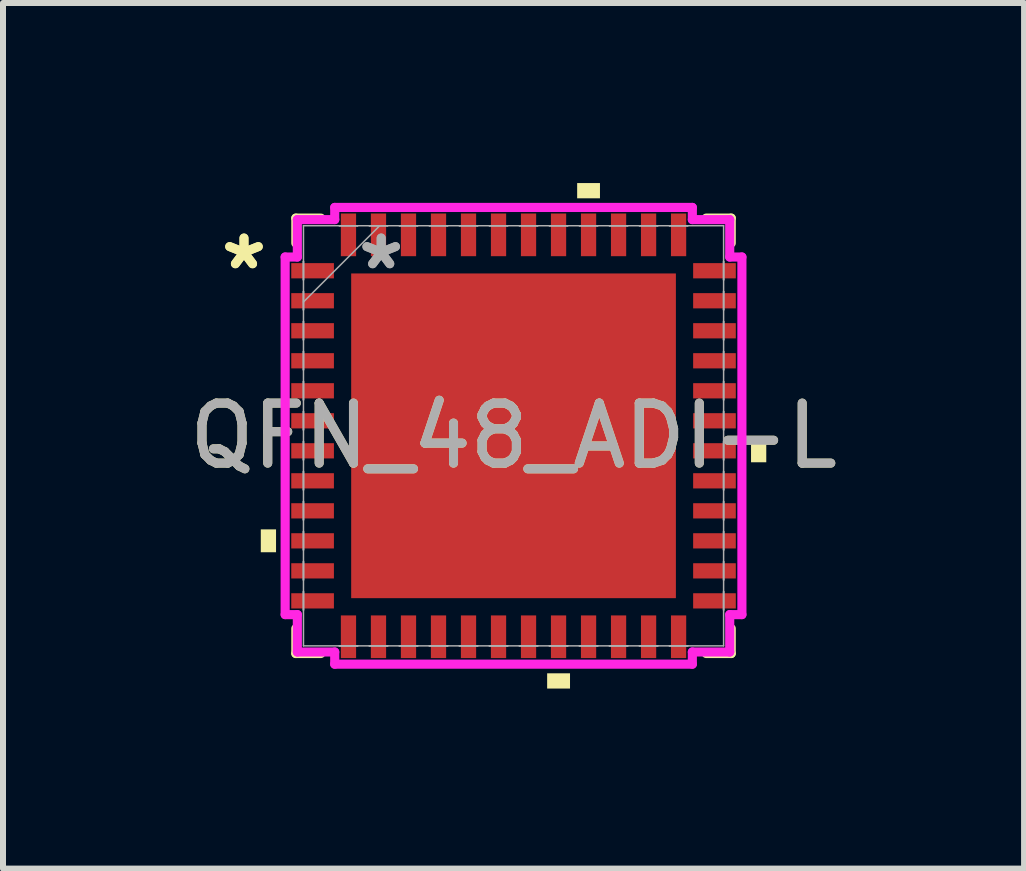
<source format=kicad_pcb>
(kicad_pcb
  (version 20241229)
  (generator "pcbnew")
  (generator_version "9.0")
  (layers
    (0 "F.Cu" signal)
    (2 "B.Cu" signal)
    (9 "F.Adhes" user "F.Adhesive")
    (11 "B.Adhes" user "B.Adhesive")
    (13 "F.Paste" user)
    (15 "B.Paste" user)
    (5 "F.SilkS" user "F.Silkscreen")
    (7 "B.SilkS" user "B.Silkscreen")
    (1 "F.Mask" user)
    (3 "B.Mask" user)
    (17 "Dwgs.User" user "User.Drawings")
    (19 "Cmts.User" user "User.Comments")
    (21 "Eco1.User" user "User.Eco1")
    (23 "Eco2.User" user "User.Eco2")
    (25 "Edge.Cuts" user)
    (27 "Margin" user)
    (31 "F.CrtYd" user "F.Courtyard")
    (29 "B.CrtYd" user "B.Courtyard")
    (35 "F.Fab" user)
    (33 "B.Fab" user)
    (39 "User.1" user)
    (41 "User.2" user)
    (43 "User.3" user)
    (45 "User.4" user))
  (footprint "QFN_48_ADI-L"
    (layer "F.Cu")
    (at 5.506 4.211)
    (property "Reference" "QFN_48_ADI-L" (at 0 0 0) (unlocked yes) (layer "F.SilkS") (effects (font (size 1 1) (thickness 0.15))))
    (attr smd)
    (fp_poly (pts (xy -2.705 -2.705) (xy 2.705 -2.705) (xy 2.705 2.705) (xy -2.705 2.705)) (stroke (width 0) (type solid)) (fill yes) (layer "F.Cu"))
    (fp_poly (pts (xy -2.705 -2.705) (xy 2.705 -2.705) (xy 2.705 2.705) (xy -2.705 2.705)) (stroke (width 0) (type solid)) (fill yes) (layer "F.Mask"))
    (fp_line (start -3.627 -3.627) (end -3.627 -3.21) (stroke (width 0.152) (type solid)) (layer "F.SilkS"))
    (fp_line (start -3.627 3.21) (end -3.627 3.627) (stroke (width 0.152) (type solid)) (layer "F.SilkS"))
    (fp_line (start -3.627 3.627) (end -3.21 3.627) (stroke (width 0.152) (type solid)) (layer "F.SilkS"))
    (fp_line (start -3.21 -3.627) (end -3.627 -3.627) (stroke (width 0.152) (type solid)) (layer "F.SilkS"))
    (fp_line (start 3.21 3.627) (end 3.627 3.627) (stroke (width 0.152) (type solid)) (layer "F.SilkS"))
    (fp_line (start 3.627 -3.627) (end 3.21 -3.627) (stroke (width 0.152) (type solid)) (layer "F.SilkS"))
    (fp_line (start 3.627 -3.21) (end 3.627 -3.627) (stroke (width 0.152) (type solid)) (layer "F.SilkS"))
    (fp_line (start 3.627 3.627) (end 3.627 3.21) (stroke (width 0.152) (type solid)) (layer "F.SilkS"))
    (fp_poly (pts (xy -4.211 1.559) (xy -4.211 1.94) (xy -3.957 1.94) (xy -3.957 1.559)) (stroke (width 0) (type solid)) (fill yes) (layer "F.SilkS"))
    (fp_poly (pts (xy 0.56 3.957) (xy 0.56 4.211) (xy 0.941 4.211) (xy 0.941 3.957)) (stroke (width 0) (type solid)) (fill yes) (layer "F.SilkS"))
    (fp_poly (pts (xy 1.06 -3.957) (xy 1.06 -4.211) (xy 1.44 -4.211) (xy 1.44 -3.957)) (stroke (width 0) (type solid)) (fill yes) (layer "F.SilkS"))
    (fp_poly (pts (xy 4.211 0.059) (xy 4.211 0.441) (xy 3.957 0.441) (xy 3.957 0.059)) (stroke (width 0) (type solid)) (fill yes) (layer "F.SilkS"))
    (fp_poly (pts (xy -2.705 -2.705) (xy 2.705 -2.705) (xy 2.705 2.705) (xy -2.705 2.705)) (stroke (width 0) (type solid)) (fill yes) (layer "F.Paste"))
    (fp_line (start -3.805 -2.979) (end -3.602 -2.979) (stroke (width 0.152) (type solid)) (layer "F.CrtYd"))
    (fp_line (start -3.805 2.979) (end -3.805 -2.979) (stroke (width 0.152) (type solid)) (layer "F.CrtYd"))
    (fp_line (start -3.602 -3.602) (end -2.979 -3.602) (stroke (width 0.152) (type solid)) (layer "F.CrtYd"))
    (fp_line (start -3.602 -2.979) (end -3.602 -3.602) (stroke (width 0.152) (type solid)) (layer "F.CrtYd"))
    (fp_line (start -3.602 2.979) (end -3.805 2.979) (stroke (width 0.152) (type solid)) (layer "F.CrtYd"))
    (fp_line (start -3.602 3.602) (end -3.602 2.979) (stroke (width 0.152) (type solid)) (layer "F.CrtYd"))
    (fp_line (start -2.979 -3.805) (end 2.979 -3.805) (stroke (width 0.152) (type solid)) (layer "F.CrtYd"))
    (fp_line (start -2.979 -3.602) (end -2.979 -3.805) (stroke (width 0.152) (type solid)) (layer "F.CrtYd"))
    (fp_line (start -2.979 3.602) (end -3.602 3.602) (stroke (width 0.152) (type solid)) (layer "F.CrtYd"))
    (fp_line (start -2.979 3.805) (end -2.979 3.602) (stroke (width 0.152) (type solid)) (layer "F.CrtYd"))
    (fp_line (start 2.979 -3.805) (end 2.979 -3.602) (stroke (width 0.152) (type solid)) (layer "F.CrtYd"))
    (fp_line (start 2.979 -3.602) (end 3.602 -3.602) (stroke (width 0.152) (type solid)) (layer "F.CrtYd"))
    (fp_line (start 2.979 3.602) (end 2.979 3.805) (stroke (width 0.152) (type solid)) (layer "F.CrtYd"))
    (fp_line (start 2.979 3.805) (end -2.979 3.805) (stroke (width 0.152) (type solid)) (layer "F.CrtYd"))
    (fp_line (start 3.602 -3.602) (end 3.602 -2.979) (stroke (width 0.152) (type solid)) (layer "F.CrtYd"))
    (fp_line (start 3.602 -2.979) (end 3.805 -2.979) (stroke (width 0.152) (type solid)) (layer "F.CrtYd"))
    (fp_line (start 3.602 2.979) (end 3.602 3.602) (stroke (width 0.152) (type solid)) (layer "F.CrtYd"))
    (fp_line (start 3.602 3.602) (end 2.979 3.602) (stroke (width 0.152) (type solid)) (layer "F.CrtYd"))
    (fp_line (start 3.805 -2.979) (end 3.805 2.979) (stroke (width 0.152) (type solid)) (layer "F.CrtYd"))
    (fp_line (start 3.805 2.979) (end 3.602 2.979) (stroke (width 0.152) (type solid)) (layer "F.CrtYd"))
    (fp_line (start -3.5 -3.5) (end -3.5 3.5) (stroke (width 0.025) (type solid)) (layer "F.Fab"))
    (fp_line (start -3.5 -2.902) (end -3.5 -2.902) (stroke (width 0.025) (type solid)) (layer "F.Fab"))
    (fp_line (start -3.5 -2.902) (end -3.5 -2.598) (stroke (width 0.025) (type solid)) (layer "F.Fab"))
    (fp_line (start -3.5 -2.598) (end -3.5 -2.902) (stroke (width 0.025) (type solid)) (layer "F.Fab"))
    (fp_line (start -3.5 -2.598) (end -3.5 -2.598) (stroke (width 0.025) (type solid)) (layer "F.Fab"))
    (fp_line (start -3.5 -2.402) (end -3.5 -2.402) (stroke (width 0.025) (type solid)) (layer "F.Fab"))
    (fp_line (start -3.5 -2.402) (end -3.5 -2.098) (stroke (width 0.025) (type solid)) (layer "F.Fab"))
    (fp_line (start -3.5 -2.23) (end -2.23 -3.5) (stroke (width 0.025) (type solid)) (layer "F.Fab"))
    (fp_line (start -3.5 -2.098) (end -3.5 -2.402) (stroke (width 0.025) (type solid)) (layer "F.Fab"))
    (fp_line (start -3.5 -2.098) (end -3.5 -2.098) (stroke (width 0.025) (type solid)) (layer "F.Fab"))
    (fp_line (start -3.5 -1.902) (end -3.5 -1.902) (stroke (width 0.025) (type solid)) (layer "F.Fab"))
    (fp_line (start -3.5 -1.902) (end -3.5 -1.598) (stroke (width 0.025) (type solid)) (layer "F.Fab"))
    (fp_line (start -3.5 -1.598) (end -3.5 -1.902) (stroke (width 0.025) (type solid)) (layer "F.Fab"))
    (fp_line (start -3.5 -1.598) (end -3.5 -1.598) (stroke (width 0.025) (type solid)) (layer "F.Fab"))
    (fp_line (start -3.5 -1.402) (end -3.5 -1.402) (stroke (width 0.025) (type solid)) (layer "F.Fab"))
    (fp_line (start -3.5 -1.402) (end -3.5 -1.098) (stroke (width 0.025) (type solid)) (layer "F.Fab"))
    (fp_line (start -3.5 -1.098) (end -3.5 -1.402) (stroke (width 0.025) (type solid)) (layer "F.Fab"))
    (fp_line (start -3.5 -1.098) (end -3.5 -1.098) (stroke (width 0.025) (type solid)) (layer "F.Fab"))
    (fp_line (start -3.5 -0.902) (end -3.5 -0.902) (stroke (width 0.025) (type solid)) (layer "F.Fab"))
    (fp_line (start -3.5 -0.902) (end -3.5 -0.598) (stroke (width 0.025) (type solid)) (layer "F.Fab"))
    (fp_line (start -3.5 -0.598) (end -3.5 -0.902) (stroke (width 0.025) (type solid)) (layer "F.Fab"))
    (fp_line (start -3.5 -0.598) (end -3.5 -0.598) (stroke (width 0.025) (type solid)) (layer "F.Fab"))
    (fp_line (start -3.5 -0.402) (end -3.5 -0.402) (stroke (width 0.025) (type solid)) (layer "F.Fab"))
    (fp_line (start -3.5 -0.402) (end -3.5 -0.098) (stroke (width 0.025) (type solid)) (layer "F.Fab"))
    (fp_line (start -3.5 -0.098) (end -3.5 -0.402) (stroke (width 0.025) (type solid)) (layer "F.Fab"))
    (fp_line (start -3.5 -0.098) (end -3.5 -0.098) (stroke (width 0.025) (type solid)) (layer "F.Fab"))
    (fp_line (start -3.5 0.098) (end -3.5 0.098) (stroke (width 0.025) (type solid)) (layer "F.Fab"))
    (fp_line (start -3.5 0.098) (end -3.5 0.402) (stroke (width 0.025) (type solid)) (layer "F.Fab"))
    (fp_line (start -3.5 0.402) (end -3.5 0.098) (stroke (width 0.025) (type solid)) (layer "F.Fab"))
    (fp_line (start -3.5 0.402) (end -3.5 0.402) (stroke (width 0.025) (type solid)) (layer "F.Fab"))
    (fp_line (start -3.5 0.598) (end -3.5 0.598) (stroke (width 0.025) (type solid)) (layer "F.Fab"))
    (fp_line (start -3.5 0.598) (end -3.5 0.902) (stroke (width 0.025) (type solid)) (layer "F.Fab"))
    (fp_line (start -3.5 0.902) (end -3.5 0.598) (stroke (width 0.025) (type solid)) (layer "F.Fab"))
    (fp_line (start -3.5 0.902) (end -3.5 0.902) (stroke (width 0.025) (type solid)) (layer "F.Fab"))
    (fp_line (start -3.5 1.098) (end -3.5 1.098) (stroke (width 0.025) (type solid)) (layer "F.Fab"))
    (fp_line (start -3.5 1.098) (end -3.5 1.402) (stroke (width 0.025) (type solid)) (layer "F.Fab"))
    (fp_line (start -3.5 1.402) (end -3.5 1.098) (stroke (width 0.025) (type solid)) (layer "F.Fab"))
    (fp_line (start -3.5 1.402) (end -3.5 1.402) (stroke (width 0.025) (type solid)) (layer "F.Fab"))
    (fp_line (start -3.5 1.598) (end -3.5 1.598) (stroke (width 0.025) (type solid)) (layer "F.Fab"))
    (fp_line (start -3.5 1.598) (end -3.5 1.902) (stroke (width 0.025) (type solid)) (layer "F.Fab"))
    (fp_line (start -3.5 1.902) (end -3.5 1.598) (stroke (width 0.025) (type solid)) (layer "F.Fab"))
    (fp_line (start -3.5 1.902) (end -3.5 1.902) (stroke (width 0.025) (type solid)) (layer "F.Fab"))
    (fp_line (start -3.5 2.098) (end -3.5 2.098) (stroke (width 0.025) (type solid)) (layer "F.Fab"))
    (fp_line (start -3.5 2.098) (end -3.5 2.402) (stroke (width 0.025) (type solid)) (layer "F.Fab"))
    (fp_line (start -3.5 2.402) (end -3.5 2.098) (stroke (width 0.025) (type solid)) (layer "F.Fab"))
    (fp_line (start -3.5 2.402) (end -3.5 2.402) (stroke (width 0.025) (type solid)) (layer "F.Fab"))
    (fp_line (start -3.5 2.598) (end -3.5 2.598) (stroke (width 0.025) (type solid)) (layer "F.Fab"))
    (fp_line (start -3.5 2.598) (end -3.5 2.902) (stroke (width 0.025) (type solid)) (layer "F.Fab"))
    (fp_line (start -3.5 2.902) (end -3.5 2.598) (stroke (width 0.025) (type solid)) (layer "F.Fab"))
    (fp_line (start -3.5 2.902) (end -3.5 2.902) (stroke (width 0.025) (type solid)) (layer "F.Fab"))
    (fp_line (start -3.5 3.5) (end 3.5 3.5) (stroke (width 0.025) (type solid)) (layer "F.Fab"))
    (fp_line (start -2.902 -3.5) (end -2.902 -3.5) (stroke (width 0.025) (type solid)) (layer "F.Fab"))
    (fp_line (start -2.902 -3.5) (end -2.598 -3.5) (stroke (width 0.025) (type solid)) (layer "F.Fab"))
    (fp_line (start -2.902 3.5) (end -2.902 3.5) (stroke (width 0.025) (type solid)) (layer "F.Fab"))
    (fp_line (start -2.902 3.5) (end -2.598 3.5) (stroke (width 0.025) (type solid)) (layer "F.Fab"))
    (fp_line (start -2.598 -3.5) (end -2.902 -3.5) (stroke (width 0.025) (type solid)) (layer "F.Fab"))
    (fp_line (start -2.598 -3.5) (end -2.598 -3.5) (stroke (width 0.025) (type solid)) (layer "F.Fab"))
    (fp_line (start -2.598 3.5) (end -2.902 3.5) (stroke (width 0.025) (type solid)) (layer "F.Fab"))
    (fp_line (start -2.598 3.5) (end -2.598 3.5) (stroke (width 0.025) (type solid)) (layer "F.Fab"))
    (fp_line (start -2.402 -3.5) (end -2.402 -3.5) (stroke (width 0.025) (type solid)) (layer "F.Fab"))
    (fp_line (start -2.402 -3.5) (end -2.098 -3.5) (stroke (width 0.025) (type solid)) (layer "F.Fab"))
    (fp_line (start -2.402 3.5) (end -2.402 3.5) (stroke (width 0.025) (type solid)) (layer "F.Fab"))
    (fp_line (start -2.402 3.5) (end -2.098 3.5) (stroke (width 0.025) (type solid)) (layer "F.Fab"))
    (fp_line (start -2.098 -3.5) (end -2.402 -3.5) (stroke (width 0.025) (type solid)) (layer "F.Fab"))
    (fp_line (start -2.098 -3.5) (end -2.098 -3.5) (stroke (width 0.025) (type solid)) (layer "F.Fab"))
    (fp_line (start -2.098 3.5) (end -2.402 3.5) (stroke (width 0.025) (type solid)) (layer "F.Fab"))
    (fp_line (start -2.098 3.5) (end -2.098 3.5) (stroke (width 0.025) (type solid)) (layer "F.Fab"))
    (fp_line (start -1.902 -3.5) (end -1.902 -3.5) (stroke (width 0.025) (type solid)) (layer "F.Fab"))
    (fp_line (start -1.902 -3.5) (end -1.598 -3.5) (stroke (width 0.025) (type solid)) (layer "F.Fab"))
    (fp_line (start -1.902 3.5) (end -1.902 3.5) (stroke (width 0.025) (type solid)) (layer "F.Fab"))
    (fp_line (start -1.902 3.5) (end -1.598 3.5) (stroke (width 0.025) (type solid)) (layer "F.Fab"))
    (fp_line (start -1.598 -3.5) (end -1.902 -3.5) (stroke (width 0.025) (type solid)) (layer "F.Fab"))
    (fp_line (start -1.598 -3.5) (end -1.598 -3.5) (stroke (width 0.025) (type solid)) (layer "F.Fab"))
    (fp_line (start -1.598 3.5) (end -1.902 3.5) (stroke (width 0.025) (type solid)) (layer "F.Fab"))
    (fp_line (start -1.598 3.5) (end -1.598 3.5) (stroke (width 0.025) (type solid)) (layer "F.Fab"))
    (fp_line (start -1.402 -3.5) (end -1.402 -3.5) (stroke (width 0.025) (type solid)) (layer "F.Fab"))
    (fp_line (start -1.402 -3.5) (end -1.098 -3.5) (stroke (width 0.025) (type solid)) (layer "F.Fab"))
    (fp_line (start -1.402 3.5) (end -1.402 3.5) (stroke (width 0.025) (type solid)) (layer "F.Fab"))
    (fp_line (start -1.402 3.5) (end -1.098 3.5) (stroke (width 0.025) (type solid)) (layer "F.Fab"))
    (fp_line (start -1.098 -3.5) (end -1.402 -3.5) (stroke (width 0.025) (type solid)) (layer "F.Fab"))
    (fp_line (start -1.098 -3.5) (end -1.098 -3.5) (stroke (width 0.025) (type solid)) (layer "F.Fab"))
    (fp_line (start -1.098 3.5) (end -1.402 3.5) (stroke (width 0.025) (type solid)) (layer "F.Fab"))
    (fp_line (start -1.098 3.5) (end -1.098 3.5) (stroke (width 0.025) (type solid)) (layer "F.Fab"))
    (fp_line (start -0.902 -3.5) (end -0.902 -3.5) (stroke (width 0.025) (type solid)) (layer "F.Fab"))
    (fp_line (start -0.902 -3.5) (end -0.598 -3.5) (stroke (width 0.025) (type solid)) (layer "F.Fab"))
    (fp_line (start -0.902 3.5) (end -0.902 3.5) (stroke (width 0.025) (type solid)) (layer "F.Fab"))
    (fp_line (start -0.902 3.5) (end -0.598 3.5) (stroke (width 0.025) (type solid)) (layer "F.Fab"))
    (fp_line (start -0.598 -3.5) (end -0.902 -3.5) (stroke (width 0.025) (type solid)) (layer "F.Fab"))
    (fp_line (start -0.598 -3.5) (end -0.598 -3.5) (stroke (width 0.025) (type solid)) (layer "F.Fab"))
    (fp_line (start -0.598 3.5) (end -0.902 3.5) (stroke (width 0.025) (type solid)) (layer "F.Fab"))
    (fp_line (start -0.598 3.5) (end -0.598 3.5) (stroke (width 0.025) (type solid)) (layer "F.Fab"))
    (fp_line (start -0.402 -3.5) (end -0.402 -3.5) (stroke (width 0.025) (type solid)) (layer "F.Fab"))
    (fp_line (start -0.402 -3.5) (end -0.098 -3.5) (stroke (width 0.025) (type solid)) (layer "F.Fab"))
    (fp_line (start -0.402 3.5) (end -0.402 3.5) (stroke (width 0.025) (type solid)) (layer "F.Fab"))
    (fp_line (start -0.402 3.5) (end -0.098 3.5) (stroke (width 0.025) (type solid)) (layer "F.Fab"))
    (fp_line (start -0.098 -3.5) (end -0.402 -3.5) (stroke (width 0.025) (type solid)) (layer "F.Fab"))
    (fp_line (start -0.098 -3.5) (end -0.098 -3.5) (stroke (width 0.025) (type solid)) (layer "F.Fab"))
    (fp_line (start -0.098 3.5) (end -0.402 3.5) (stroke (width 0.025) (type solid)) (layer "F.Fab"))
    (fp_line (start -0.098 3.5) (end -0.098 3.5) (stroke (width 0.025) (type solid)) (layer "F.Fab"))
    (fp_line (start 0.098 -3.5) (end 0.098 -3.5) (stroke (width 0.025) (type solid)) (layer "F.Fab"))
    (fp_line (start 0.098 -3.5) (end 0.402 -3.5) (stroke (width 0.025) (type solid)) (layer "F.Fab"))
    (fp_line (start 0.098 3.5) (end 0.098 3.5) (stroke (width 0.025) (type solid)) (layer "F.Fab"))
    (fp_line (start 0.098 3.5) (end 0.402 3.5) (stroke (width 0.025) (type solid)) (layer "F.Fab"))
    (fp_line (start 0.402 -3.5) (end 0.098 -3.5) (stroke (width 0.025) (type solid)) (layer "F.Fab"))
    (fp_line (start 0.402 -3.5) (end 0.402 -3.5) (stroke (width 0.025) (type solid)) (layer "F.Fab"))
    (fp_line (start 0.402 3.5) (end 0.098 3.5) (stroke (width 0.025) (type solid)) (layer "F.Fab"))
    (fp_line (start 0.402 3.5) (end 0.402 3.5) (stroke (width 0.025) (type solid)) (layer "F.Fab"))
    (fp_line (start 0.598 -3.5) (end 0.598 -3.5) (stroke (width 0.025) (type solid)) (layer "F.Fab"))
    (fp_line (start 0.598 -3.5) (end 0.902 -3.5) (stroke (width 0.025) (type solid)) (layer "F.Fab"))
    (fp_line (start 0.598 3.5) (end 0.598 3.5) (stroke (width 0.025) (type solid)) (layer "F.Fab"))
    (fp_line (start 0.598 3.5) (end 0.902 3.5) (stroke (width 0.025) (type solid)) (layer "F.Fab"))
    (fp_line (start 0.902 -3.5) (end 0.598 -3.5) (stroke (width 0.025) (type solid)) (layer "F.Fab"))
    (fp_line (start 0.902 -3.5) (end 0.902 -3.5) (stroke (width 0.025) (type solid)) (layer "F.Fab"))
    (fp_line (start 0.902 3.5) (end 0.598 3.5) (stroke (width 0.025) (type solid)) (layer "F.Fab"))
    (fp_line (start 0.902 3.5) (end 0.902 3.5) (stroke (width 0.025) (type solid)) (layer "F.Fab"))
    (fp_line (start 1.098 -3.5) (end 1.098 -3.5) (stroke (width 0.025) (type solid)) (layer "F.Fab"))
    (fp_line (start 1.098 -3.5) (end 1.402 -3.5) (stroke (width 0.025) (type solid)) (layer "F.Fab"))
    (fp_line (start 1.098 3.5) (end 1.098 3.5) (stroke (width 0.025) (type solid)) (layer "F.Fab"))
    (fp_line (start 1.098 3.5) (end 1.402 3.5) (stroke (width 0.025) (type solid)) (layer "F.Fab"))
    (fp_line (start 1.402 -3.5) (end 1.098 -3.5) (stroke (width 0.025) (type solid)) (layer "F.Fab"))
    (fp_line (start 1.402 -3.5) (end 1.402 -3.5) (stroke (width 0.025) (type solid)) (layer "F.Fab"))
    (fp_line (start 1.402 3.5) (end 1.098 3.5) (stroke (width 0.025) (type solid)) (layer "F.Fab"))
    (fp_line (start 1.402 3.5) (end 1.402 3.5) (stroke (width 0.025) (type solid)) (layer "F.Fab"))
    (fp_line (start 1.598 -3.5) (end 1.598 -3.5) (stroke (width 0.025) (type solid)) (layer "F.Fab"))
    (fp_line (start 1.598 -3.5) (end 1.902 -3.5) (stroke (width 0.025) (type solid)) (layer "F.Fab"))
    (fp_line (start 1.598 3.5) (end 1.598 3.5) (stroke (width 0.025) (type solid)) (layer "F.Fab"))
    (fp_line (start 1.598 3.5) (end 1.902 3.5) (stroke (width 0.025) (type solid)) (layer "F.Fab"))
    (fp_line (start 1.902 -3.5) (end 1.598 -3.5) (stroke (width 0.025) (type solid)) (layer "F.Fab"))
    (fp_line (start 1.902 -3.5) (end 1.902 -3.5) (stroke (width 0.025) (type solid)) (layer "F.Fab"))
    (fp_line (start 1.902 3.5) (end 1.598 3.5) (stroke (width 0.025) (type solid)) (layer "F.Fab"))
    (fp_line (start 1.902 3.5) (end 1.902 3.5) (stroke (width 0.025) (type solid)) (layer "F.Fab"))
    (fp_line (start 2.098 -3.5) (end 2.098 -3.5) (stroke (width 0.025) (type solid)) (layer "F.Fab"))
    (fp_line (start 2.098 -3.5) (end 2.402 -3.5) (stroke (width 0.025) (type solid)) (layer "F.Fab"))
    (fp_line (start 2.098 3.5) (end 2.098 3.5) (stroke (width 0.025) (type solid)) (layer "F.Fab"))
    (fp_line (start 2.098 3.5) (end 2.402 3.5) (stroke (width 0.025) (type solid)) (layer "F.Fab"))
    (fp_line (start 2.402 -3.5) (end 2.098 -3.5) (stroke (width 0.025) (type solid)) (layer "F.Fab"))
    (fp_line (start 2.402 -3.5) (end 2.402 -3.5) (stroke (width 0.025) (type solid)) (layer "F.Fab"))
    (fp_line (start 2.402 3.5) (end 2.098 3.5) (stroke (width 0.025) (type solid)) (layer "F.Fab"))
    (fp_line (start 2.402 3.5) (end 2.402 3.5) (stroke (width 0.025) (type solid)) (layer "F.Fab"))
    (fp_line (start 2.598 -3.5) (end 2.598 -3.5) (stroke (width 0.025) (type solid)) (layer "F.Fab"))
    (fp_line (start 2.598 -3.5) (end 2.902 -3.5) (stroke (width 0.025) (type solid)) (layer "F.Fab"))
    (fp_line (start 2.598 3.5) (end 2.598 3.5) (stroke (width 0.025) (type solid)) (layer "F.Fab"))
    (fp_line (start 2.598 3.5) (end 2.902 3.5) (stroke (width 0.025) (type solid)) (layer "F.Fab"))
    (fp_line (start 2.902 -3.5) (end 2.598 -3.5) (stroke (width 0.025) (type solid)) (layer "F.Fab"))
    (fp_line (start 2.902 -3.5) (end 2.902 -3.5) (stroke (width 0.025) (type solid)) (layer "F.Fab"))
    (fp_line (start 2.902 3.5) (end 2.598 3.5) (stroke (width 0.025) (type solid)) (layer "F.Fab"))
    (fp_line (start 2.902 3.5) (end 2.902 3.5) (stroke (width 0.025) (type solid)) (layer "F.Fab"))
    (fp_line (start 3.5 -3.5) (end -3.5 -3.5) (stroke (width 0.025) (type solid)) (layer "F.Fab"))
    (fp_line (start 3.5 -2.902) (end 3.5 -2.902) (stroke (width 0.025) (type solid)) (layer "F.Fab"))
    (fp_line (start 3.5 -2.902) (end 3.5 -2.598) (stroke (width 0.025) (type solid)) (layer "F.Fab"))
    (fp_line (start 3.5 -2.598) (end 3.5 -2.902) (stroke (width 0.025) (type solid)) (layer "F.Fab"))
    (fp_line (start 3.5 -2.598) (end 3.5 -2.598) (stroke (width 0.025) (type solid)) (layer "F.Fab"))
    (fp_line (start 3.5 -2.402) (end 3.5 -2.402) (stroke (width 0.025) (type solid)) (layer "F.Fab"))
    (fp_line (start 3.5 -2.402) (end 3.5 -2.098) (stroke (width 0.025) (type solid)) (layer "F.Fab"))
    (fp_line (start 3.5 -2.098) (end 3.5 -2.402) (stroke (width 0.025) (type solid)) (layer "F.Fab"))
    (fp_line (start 3.5 -2.098) (end 3.5 -2.098) (stroke (width 0.025) (type solid)) (layer "F.Fab"))
    (fp_line (start 3.5 -1.902) (end 3.5 -1.902) (stroke (width 0.025) (type solid)) (layer "F.Fab"))
    (fp_line (start 3.5 -1.902) (end 3.5 -1.598) (stroke (width 0.025) (type solid)) (layer "F.Fab"))
    (fp_line (start 3.5 -1.598) (end 3.5 -1.902) (stroke (width 0.025) (type solid)) (layer "F.Fab"))
    (fp_line (start 3.5 -1.598) (end 3.5 -1.598) (stroke (width 0.025) (type solid)) (layer "F.Fab"))
    (fp_line (start 3.5 -1.402) (end 3.5 -1.402) (stroke (width 0.025) (type solid)) (layer "F.Fab"))
    (fp_line (start 3.5 -1.402) (end 3.5 -1.098) (stroke (width 0.025) (type solid)) (layer "F.Fab"))
    (fp_line (start 3.5 -1.098) (end 3.5 -1.402) (stroke (width 0.025) (type solid)) (layer "F.Fab"))
    (fp_line (start 3.5 -1.098) (end 3.5 -1.098) (stroke (width 0.025) (type solid)) (layer "F.Fab"))
    (fp_line (start 3.5 -0.902) (end 3.5 -0.902) (stroke (width 0.025) (type solid)) (layer "F.Fab"))
    (fp_line (start 3.5 -0.902) (end 3.5 -0.598) (stroke (width 0.025) (type solid)) (layer "F.Fab"))
    (fp_line (start 3.5 -0.598) (end 3.5 -0.902) (stroke (width 0.025) (type solid)) (layer "F.Fab"))
    (fp_line (start 3.5 -0.598) (end 3.5 -0.598) (stroke (width 0.025) (type solid)) (layer "F.Fab"))
    (fp_line (start 3.5 -0.402) (end 3.5 -0.402) (stroke (width 0.025) (type solid)) (layer "F.Fab"))
    (fp_line (start 3.5 -0.402) (end 3.5 -0.098) (stroke (width 0.025) (type solid)) (layer "F.Fab"))
    (fp_line (start 3.5 -0.098) (end 3.5 -0.402) (stroke (width 0.025) (type solid)) (layer "F.Fab"))
    (fp_line (start 3.5 -0.098) (end 3.5 -0.098) (stroke (width 0.025) (type solid)) (layer "F.Fab"))
    (fp_line (start 3.5 0.098) (end 3.5 0.098) (stroke (width 0.025) (type solid)) (layer "F.Fab"))
    (fp_line (start 3.5 0.098) (end 3.5 0.402) (stroke (width 0.025) (type solid)) (layer "F.Fab"))
    (fp_line (start 3.5 0.402) (end 3.5 0.098) (stroke (width 0.025) (type solid)) (layer "F.Fab"))
    (fp_line (start 3.5 0.402) (end 3.5 0.402) (stroke (width 0.025) (type solid)) (layer "F.Fab"))
    (fp_line (start 3.5 0.598) (end 3.5 0.598) (stroke (width 0.025) (type solid)) (layer "F.Fab"))
    (fp_line (start 3.5 0.598) (end 3.5 0.902) (stroke (width 0.025) (type solid)) (layer "F.Fab"))
    (fp_line (start 3.5 0.902) (end 3.5 0.598) (stroke (width 0.025) (type solid)) (layer "F.Fab"))
    (fp_line (start 3.5 0.902) (end 3.5 0.902) (stroke (width 0.025) (type solid)) (layer "F.Fab"))
    (fp_line (start 3.5 1.098) (end 3.5 1.098) (stroke (width 0.025) (type solid)) (layer "F.Fab"))
    (fp_line (start 3.5 1.098) (end 3.5 1.402) (stroke (width 0.025) (type solid)) (layer "F.Fab"))
    (fp_line (start 3.5 1.402) (end 3.5 1.098) (stroke (width 0.025) (type solid)) (layer "F.Fab"))
    (fp_line (start 3.5 1.402) (end 3.5 1.402) (stroke (width 0.025) (type solid)) (layer "F.Fab"))
    (fp_line (start 3.5 1.598) (end 3.5 1.598) (stroke (width 0.025) (type solid)) (layer "F.Fab"))
    (fp_line (start 3.5 1.598) (end 3.5 1.902) (stroke (width 0.025) (type solid)) (layer "F.Fab"))
    (fp_line (start 3.5 1.902) (end 3.5 1.598) (stroke (width 0.025) (type solid)) (layer "F.Fab"))
    (fp_line (start 3.5 1.902) (end 3.5 1.902) (stroke (width 0.025) (type solid)) (layer "F.Fab"))
    (fp_line (start 3.5 2.098) (end 3.5 2.098) (stroke (width 0.025) (type solid)) (layer "F.Fab"))
    (fp_line (start 3.5 2.098) (end 3.5 2.402) (stroke (width 0.025) (type solid)) (layer "F.Fab"))
    (fp_line (start 3.5 2.402) (end 3.5 2.098) (stroke (width 0.025) (type solid)) (layer "F.Fab"))
    (fp_line (start 3.5 2.402) (end 3.5 2.402) (stroke (width 0.025) (type solid)) (layer "F.Fab"))
    (fp_line (start 3.5 2.598) (end 3.5 2.598) (stroke (width 0.025) (type solid)) (layer "F.Fab"))
    (fp_line (start 3.5 2.598) (end 3.5 2.902) (stroke (width 0.025) (type solid)) (layer "F.Fab"))
    (fp_line (start 3.5 2.902) (end 3.5 2.598) (stroke (width 0.025) (type solid)) (layer "F.Fab"))
    (fp_line (start 3.5 2.902) (end 3.5 2.902) (stroke (width 0.025) (type solid)) (layer "F.Fab"))
    (fp_line (start 3.5 3.5) (end 3.5 -3.5) (stroke (width 0.025) (type solid)) (layer "F.Fab"))
    (fp_text user "*" (at -4.491 -2.75 0) (layer "F.SilkS") (effects (font (size 1 1) (thickness 0.15))))
    (fp_text user "*" (at -4.491 -2.75 0) (unlocked yes) (layer "F.SilkS") (effects (font (size 1 1) (thickness 0.15))))
    (fp_text user "*" (at -2.205 -2.75 0) (layer "F.Fab") (effects (font (size 1 1) (thickness 0.15))))
    (fp_text user "*" (at -2.205 -2.75 0) (unlocked yes) (layer "F.Fab") (effects (font (size 1 1) (thickness 0.15))))
    (fp_text user "${REFERENCE}" (at 0 0 0) (unlocked yes) (layer "F.Fab") (effects (font (size 1 1) (thickness 0.15))))
    (pad "1" smd rect (at -3.348 -2.75 90) (size 0.254 0.711) (layers "F.Cu" "F.Mask" "F.Paste"))
    (pad "2" smd rect (at -3.348 -2.25 90) (size 0.254 0.711) (layers "F.Cu" "F.Mask" "F.Paste"))
    (pad "3" smd rect (at -3.348 -1.75 90) (size 0.254 0.711) (layers "F.Cu" "F.Mask" "F.Paste"))
    (pad "4" smd rect (at -3.348 -1.25 90) (size 0.254 0.711) (layers "F.Cu" "F.Mask" "F.Paste"))
    (pad "5" smd rect (at -3.348 -0.75 90) (size 0.254 0.711) (layers "F.Cu" "F.Mask" "F.Paste"))
    (pad "6" smd rect (at -3.348 -0.25 90) (size 0.254 0.711) (layers "F.Cu" "F.Mask" "F.Paste"))
    (pad "7" smd rect (at -3.348 0.25 90) (size 0.254 0.711) (layers "F.Cu" "F.Mask" "F.Paste"))
    (pad "8" smd rect (at -3.348 0.75 90) (size 0.254 0.711) (layers "F.Cu" "F.Mask" "F.Paste"))
    (pad "9" smd rect (at -3.348 1.25 90) (size 0.254 0.711) (layers "F.Cu" "F.Mask" "F.Paste"))
    (pad "10" smd rect (at -3.348 1.75 90) (size 0.254 0.711) (layers "F.Cu" "F.Mask" "F.Paste"))
    (pad "11" smd rect (at -3.348 2.25 90) (size 0.254 0.711) (layers "F.Cu" "F.Mask" "F.Paste"))
    (pad "12" smd rect (at -3.348 2.75 90) (size 0.254 0.711) (layers "F.Cu" "F.Mask" "F.Paste"))
    (pad "13" smd rect (at -2.75 3.348) (size 0.254 0.711) (layers "F.Cu" "F.Mask" "F.Paste"))
    (pad "14" smd rect (at -2.25 3.348) (size 0.254 0.711) (layers "F.Cu" "F.Mask" "F.Paste"))
    (pad "15" smd rect (at -1.75 3.348) (size 0.254 0.711) (layers "F.Cu" "F.Mask" "F.Paste"))
    (pad "16" smd rect (at -1.25 3.348) (size 0.254 0.711) (layers "F.Cu" "F.Mask" "F.Paste"))
    (pad "17" smd rect (at -0.75 3.348) (size 0.254 0.711) (layers "F.Cu" "F.Mask" "F.Paste"))
    (pad "18" smd rect (at -0.25 3.348) (size 0.254 0.711) (layers "F.Cu" "F.Mask" "F.Paste"))
    (pad "19" smd rect (at 0.25 3.348) (size 0.254 0.711) (layers "F.Cu" "F.Mask" "F.Paste"))
    (pad "20" smd rect (at 0.75 3.348) (size 0.254 0.711) (layers "F.Cu" "F.Mask" "F.Paste"))
    (pad "21" smd rect (at 1.25 3.348) (size 0.254 0.711) (layers "F.Cu" "F.Mask" "F.Paste"))
    (pad "22" smd rect (at 1.75 3.348) (size 0.254 0.711) (layers "F.Cu" "F.Mask" "F.Paste"))
    (pad "23" smd rect (at 2.25 3.348) (size 0.254 0.711) (layers "F.Cu" "F.Mask" "F.Paste"))
    (pad "24" smd rect (at 2.75 3.348) (size 0.254 0.711) (layers "F.Cu" "F.Mask" "F.Paste"))
    (pad "25" smd rect (at 3.348 2.75 90) (size 0.254 0.711) (layers "F.Cu" "F.Mask" "F.Paste"))
    (pad "26" smd rect (at 3.348 2.25 90) (size 0.254 0.711) (layers "F.Cu" "F.Mask" "F.Paste"))
    (pad "27" smd rect (at 3.348 1.75 90) (size 0.254 0.711) (layers "F.Cu" "F.Mask" "F.Paste"))
    (pad "28" smd rect (at 3.348 1.25 90) (size 0.254 0.711) (layers "F.Cu" "F.Mask" "F.Paste"))
    (pad "29" smd rect (at 3.348 0.75 90) (size 0.254 0.711) (layers "F.Cu" "F.Mask" "F.Paste"))
    (pad "30" smd rect (at 3.348 0.25 90) (size 0.254 0.711) (layers "F.Cu" "F.Mask" "F.Paste"))
    (pad "31" smd rect (at 3.348 -0.25 90) (size 0.254 0.711) (layers "F.Cu" "F.Mask" "F.Paste"))
    (pad "32" smd rect (at 3.348 -0.75 90) (size 0.254 0.711) (layers "F.Cu" "F.Mask" "F.Paste"))
    (pad "33" smd rect (at 3.348 -1.25 90) (size 0.254 0.711) (layers "F.Cu" "F.Mask" "F.Paste"))
    (pad "34" smd rect (at 3.348 -1.75 90) (size 0.254 0.711) (layers "F.Cu" "F.Mask" "F.Paste"))
    (pad "35" smd rect (at 3.348 -2.25 90) (size 0.254 0.711) (layers "F.Cu" "F.Mask" "F.Paste"))
    (pad "36" smd rect (at 3.348 -2.75 90) (size 0.254 0.711) (layers "F.Cu" "F.Mask" "F.Paste"))
    (pad "37" smd rect (at 2.75 -3.348) (size 0.254 0.711) (layers "F.Cu" "F.Mask" "F.Paste"))
    (pad "38" smd rect (at 2.25 -3.348) (size 0.254 0.711) (layers "F.Cu" "F.Mask" "F.Paste"))
    (pad "39" smd rect (at 1.75 -3.348) (size 0.254 0.711) (layers "F.Cu" "F.Mask" "F.Paste"))
    (pad "40" smd rect (at 1.25 -3.348) (size 0.254 0.711) (layers "F.Cu" "F.Mask" "F.Paste"))
    (pad "41" smd rect (at 0.75 -3.348) (size 0.254 0.711) (layers "F.Cu" "F.Mask" "F.Paste"))
    (pad "42" smd rect (at 0.25 -3.348) (size 0.254 0.711) (layers "F.Cu" "F.Mask" "F.Paste"))
    (pad "43" smd rect (at -0.25 -3.348) (size 0.254 0.711) (layers "F.Cu" "F.Mask" "F.Paste"))
    (pad "44" smd rect (at -0.75 -3.348) (size 0.254 0.711) (layers "F.Cu" "F.Mask" "F.Paste"))
    (pad "45" smd rect (at -1.25 -3.348) (size 0.254 0.711) (layers "F.Cu" "F.Mask" "F.Paste"))
    (pad "46" smd rect (at -1.75 -3.348) (size 0.254 0.711) (layers "F.Cu" "F.Mask" "F.Paste"))
    (pad "47" smd rect (at -2.25 -3.348) (size 0.254 0.711) (layers "F.Cu" "F.Mask" "F.Paste"))
    (pad "48" smd rect (at -2.75 -3.348) (size 0.254 0.711) (layers "F.Cu" "F.Mask" "F.Paste")))
  (gr_rect
    (start -3 -3)
    (end 14.012 11.422)
    (stroke (width 0.1) (type default))
    (fill no)
    (layer "Edge.Cuts")))
</source>
